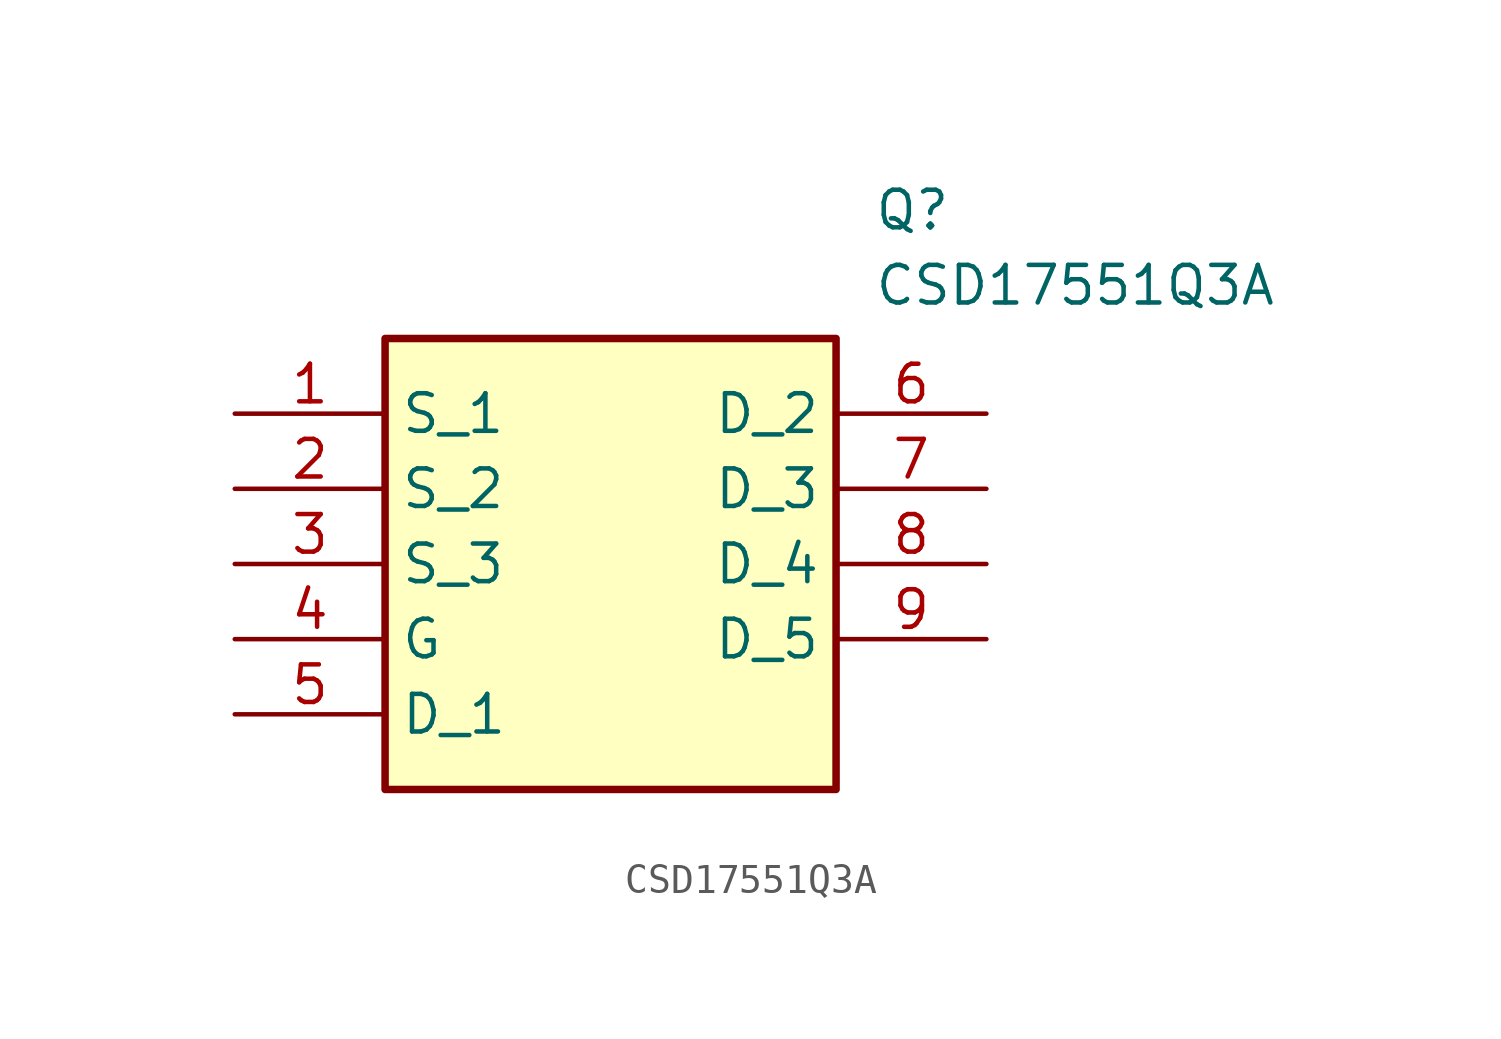
<source format=kicad_sym>
(kicad_symbol_lib
  (version 20211014)
  (generator SamacSys_ECAD_Model)
  (symbol "CSD17551Q3A"
    (property "Reference" "Q"
      (at 21.59 7.62 0)
      (effects (font (size 1.27 1.27)) (justify left top)))
    (property "Value" "CSD17551Q3A"
      (at 21.59 5.08 0)
      (effects (font (size 1.27 1.27)) (justify left top)))
    (rectangle
      (start 5.08 2.54)
      (end 20.32 -12.7)
      (stroke (width 0.254) (type default))
      (fill (type background)))
    (pin passive line
      (at 0 0 0)
      (length 5.08)
      (name "S_1" (effects (font (size 1.27 1.27))))
      (number "1" (effects (font (size 1.27 1.27)))))
    (pin passive line
      (at 0 -2.54 0)
      (length 5.08)
      (name "S_2" (effects (font (size 1.27 1.27))))
      (number "2" (effects (font (size 1.27 1.27)))))
    (pin passive line
      (at 0 -5.08 0)
      (length 5.08)
      (name "S_3" (effects (font (size 1.27 1.27))))
      (number "3" (effects (font (size 1.27 1.27)))))
    (pin passive line
      (at 0 -7.62 0)
      (length 5.08)
      (name "G" (effects (font (size 1.27 1.27))))
      (number "4" (effects (font (size 1.27 1.27)))))
    (pin passive line
      (at 0 -10.16 0)
      (length 5.08)
      (name "D_1" (effects (font (size 1.27 1.27))))
      (number "5" (effects (font (size 1.27 1.27)))))
    (pin passive line
      (at 25.4 0 180)
      (length 5.08)
      (name "D_2" (effects (font (size 1.27 1.27))))
      (number "6" (effects (font (size 1.27 1.27)))))
    (pin passive line
      (at 25.4 -2.54 180)
      (length 5.08)
      (name "D_3" (effects (font (size 1.27 1.27))))
      (number "7" (effects (font (size 1.27 1.27)))))
    (pin passive line
      (at 25.4 -5.08 180)
      (length 5.08)
      (name "D_4" (effects (font (size 1.27 1.27))))
      (number "8" (effects (font (size 1.27 1.27)))))
    (pin passive line
      (at 25.4 -7.62 180)
      (length 5.08)
      (name "D_5" (effects (font (size 1.27 1.27))))
      (number "9" (effects (font (size 1.27 1.27)))))))
</source>
